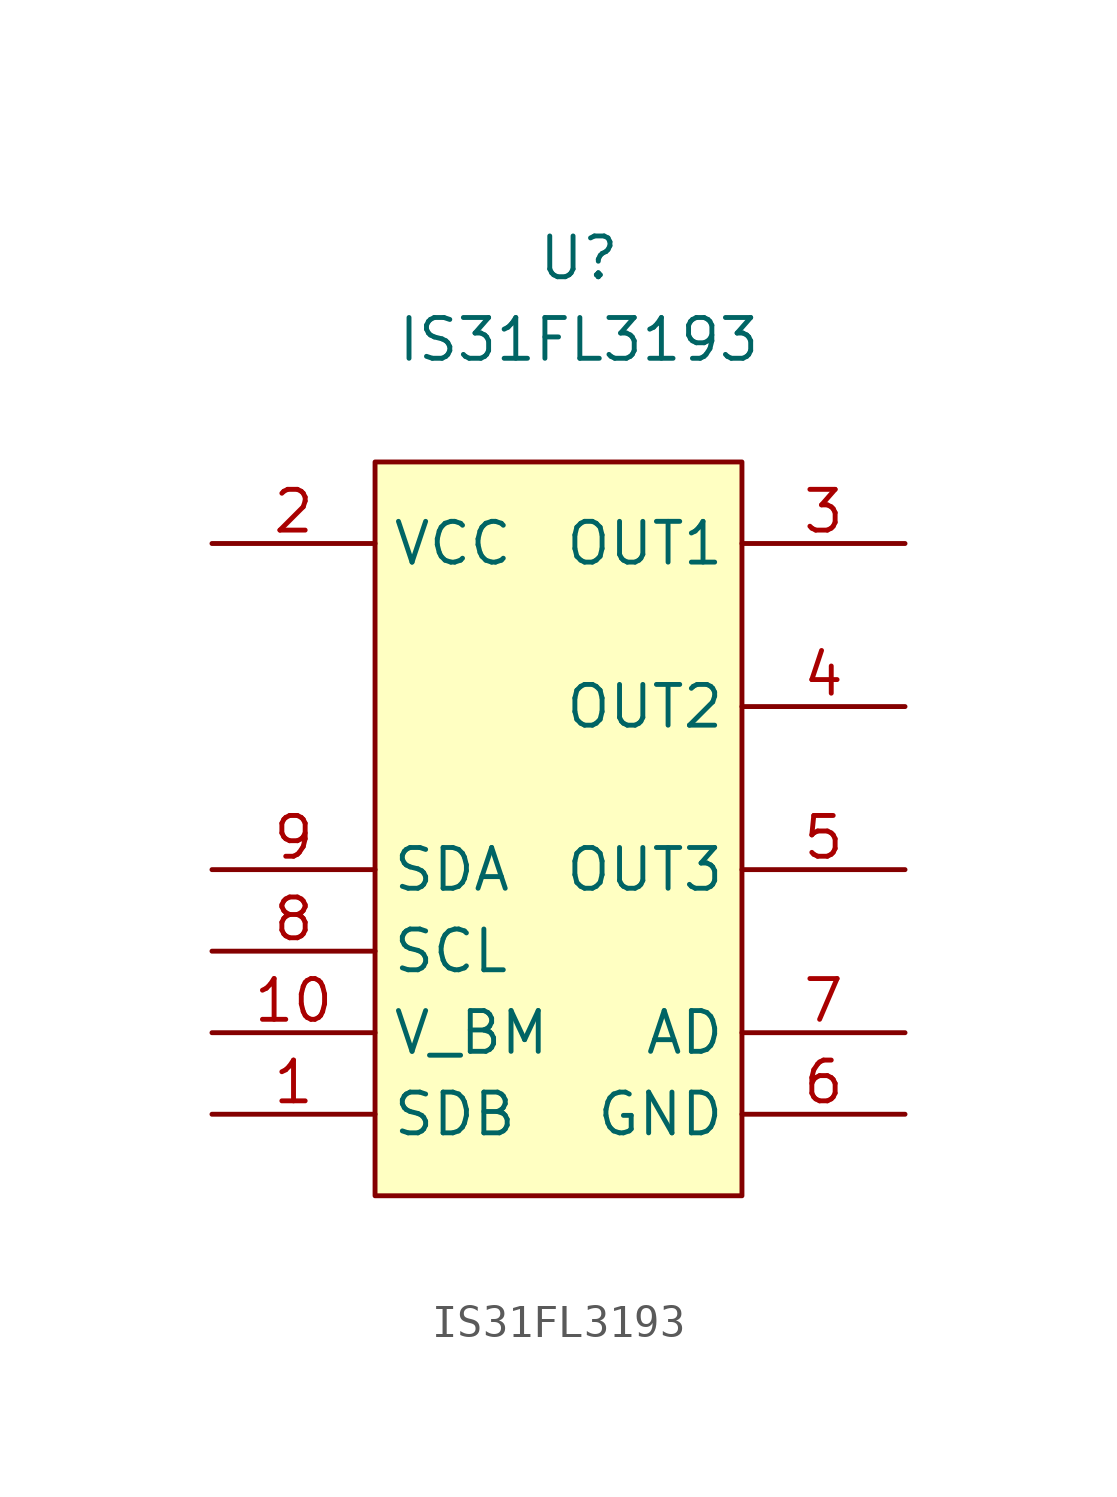
<source format=kicad_sym>
(kicad_symbol_lib
  (version 20211014)
  (generator kicad_symbol_editor)
  (symbol "issi:IS31FL3193"
    (property "Reference" "U"
      (at 0 6.35 0)
      (effects (font (size 1.27 1.27))))
    (property "Value" "IS31FL3193"
      (at 0 3.81 0)
      (effects (font (size 1.27 1.27))))
    (symbol "IS31FL3193_0_1"
      (rectangle (start -6.35 0) (end 5.08 -22.86) (stroke (width 0.152) (type default) (color 0 0 0 0)) (fill (type background))))
    (symbol "IS31FL3193_1_1"
      (pin input line (at -11.43 -20.32 0) (length 5.08) (name "SDB" (effects (font (size 1.27 1.27)))) (number "1" (effects (font (size 1.27 1.27)))))
      (pin input line (at -11.43 -17.78 0) (length 5.08) (name "V_BM" (effects (font (size 1.27 1.27)))) (number "10" (effects (font (size 1.27 1.27)))))
      (pin input line (at 10.16 -20.32 180) (length 5.08) hide (name "GND" (effects (font (size 1.27 1.27)))) (number "11" (effects (font (size 1.27 1.27)))))
      (pin input line (at -11.43 -2.54 0) (length 5.08) (name "VCC" (effects (font (size 1.27 1.27)))) (number "2" (effects (font (size 1.27 1.27)))))
      (pin input line (at 10.16 -2.54 180) (length 5.08) (name "OUT1" (effects (font (size 1.27 1.27)))) (number "3" (effects (font (size 1.27 1.27)))))
      (pin input line (at 10.16 -7.62 180) (length 5.08) (name "OUT2" (effects (font (size 1.27 1.27)))) (number "4" (effects (font (size 1.27 1.27)))))
      (pin input line (at 10.16 -12.7 180) (length 5.08) (name "OUT3" (effects (font (size 1.27 1.27)))) (number "5" (effects (font (size 1.27 1.27)))))
      (pin input line (at 10.16 -20.32 180) (length 5.08) (name "GND" (effects (font (size 1.27 1.27)))) (number "6" (effects (font (size 1.27 1.27)))))
      (pin input line (at 10.16 -17.78 180) (length 5.08) (name "AD" (effects (font (size 1.27 1.27)))) (number "7" (effects (font (size 1.27 1.27)))))
      (pin input line (at -11.43 -15.24 0) (length 5.08) (name "SCL" (effects (font (size 1.27 1.27)))) (number "8" (effects (font (size 1.27 1.27)))))
      (pin input line (at -11.43 -12.7 0) (length 5.08) (name "SDA" (effects (font (size 1.27 1.27)))) (number "9" (effects (font (size 1.27 1.27))))))))
</source>
